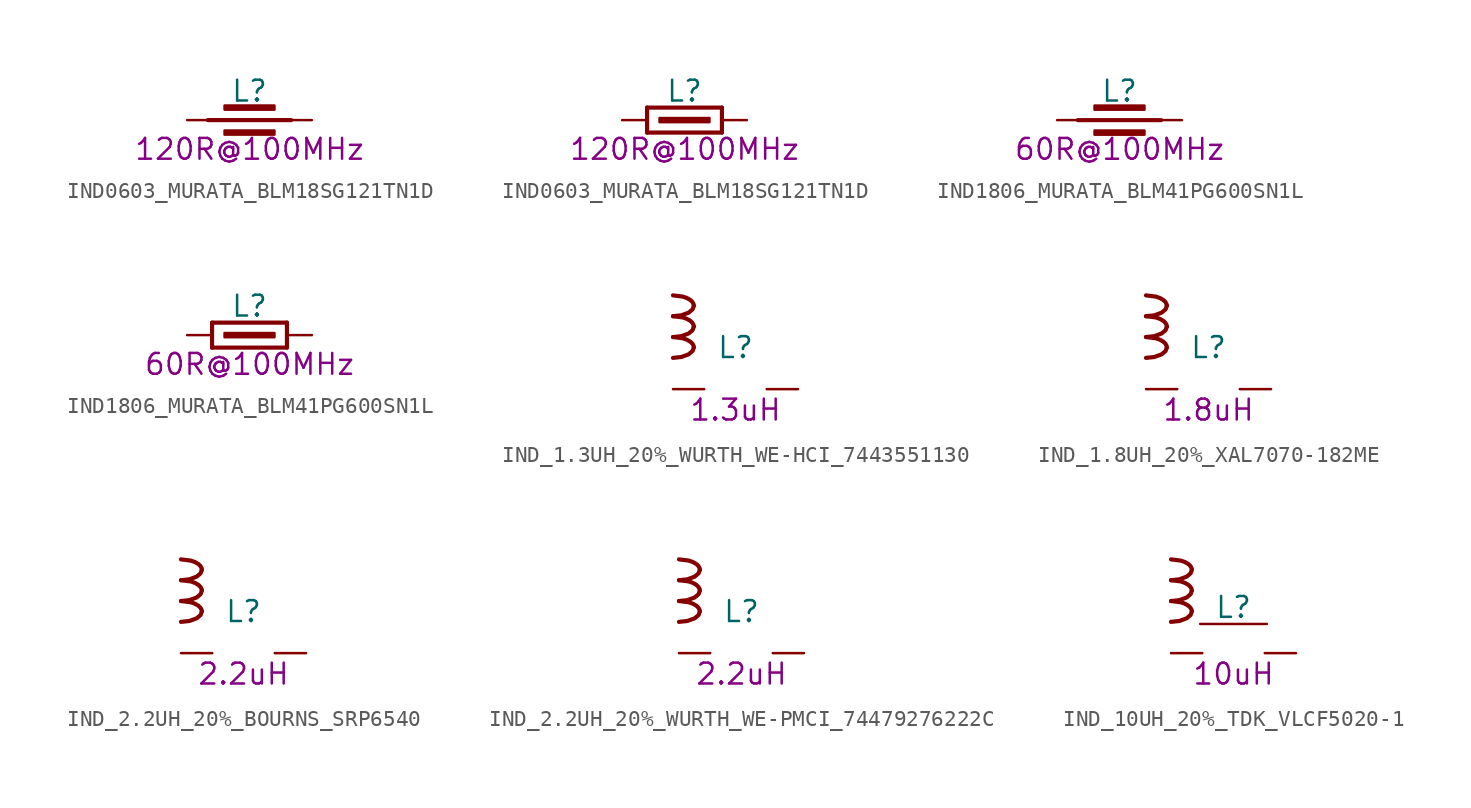
<source format=kicad_sym>
(kicad_symbol_lib
  (version 20211014)
  (generator kicad_symbol_editor)
  (symbol "IND0603_MURATA_BLM18SG121TN1D"
    (pin_names
      (offset 1.27))
    (property "Reference" "L"
      (at 3.81 1.778 0)
      (effects (font (size 1.27 1.27))))
    (property "Val" "120R@100MHz"
      (at 3.81 -1.778 0)
      (effects (font (size 1.27 1.27))))
    (property "ki_locked" ""
      (at 0 0 0)
      (effects (font (size 1.27 1.27))))
    (symbol "IND0603_MURATA_BLM18SG121TN1D_0_1"
      (polyline (pts (xy 1.27 0) (xy 6.35 0)) (stroke (width 0.254) (type default) (color 0 0 0 0)) (fill (type none)))
      (rectangle (start 2.286 -0.889) (end 5.334 -0.635) (stroke (width 0) (type default) (color 0 0 0 0)) (fill (type outline)))
      (rectangle (start 2.286 0.635) (end 5.334 0.889) (stroke (width 0) (type default) (color 0 0 0 0)) (fill (type outline)))
      (pin passive line (at 0 0 0) (length 1.27) (name "1" (effects (font (size 0 0)))) (number "1" (effects (font (size 0 0)))))
      (pin passive line (at 7.62 0 180) (length 1.27) (name "2" (effects (font (size 0 0)))) (number "2" (effects (font (size 0 0))))))
    (symbol "IND0603_MURATA_BLM18SG121TN1D_0_2"
      (polyline (pts (xy 1.524 -0.762) (xy 6.096 -0.762)) (stroke (width 0.254) (type default) (color 0 0 0 0)) (fill (type none)))
      (polyline (pts (xy 1.524 0.762) (xy 1.524 -0.762)) (stroke (width 0.254) (type default) (color 0 0 0 0)) (fill (type none)))
      (polyline (pts (xy 6.096 -0.762) (xy 6.096 0.762)) (stroke (width 0.254) (type default) (color 0 0 0 0)) (fill (type none)))
      (polyline (pts (xy 6.096 0.762) (xy 1.524 0.762)) (stroke (width 0.254) (type default) (color 0 0 0 0)) (fill (type none)))
      (rectangle (start 2.286 -0.127) (end 5.334 0.127) (stroke (width 0) (type default) (color 0 0 0 0)) (fill (type outline)))
      (pin passive line (at 0 0 0) (length 1.524) (name "1" (effects (font (size 0 0)))) (number "1" (effects (font (size 0 0)))))
      (pin passive line (at 7.62 0 180) (length 1.524) (name "2" (effects (font (size 0 0)))) (number "2" (effects (font (size 0 0)))))))
  (symbol "IND1806_MURATA_BLM41PG600SN1L"
    (pin_names
      (offset 1.27))
    (property "Reference" "L"
      (at 3.81 1.778 0)
      (effects (font (size 1.27 1.27))))
    (property "Val" "60R@100MHz"
      (at 3.81 -1.778 0)
      (effects (font (size 1.27 1.27))))
    (property "ki_locked" ""
      (at 0 0 0)
      (effects (font (size 1.27 1.27))))
    (symbol "IND1806_MURATA_BLM41PG600SN1L_0_1"
      (polyline (pts (xy 1.27 0) (xy 6.35 0)) (stroke (width 0.254) (type default) (color 0 0 0 0)) (fill (type none)))
      (rectangle (start 2.286 -0.889) (end 5.334 -0.635) (stroke (width 0) (type default) (color 0 0 0 0)) (fill (type outline)))
      (rectangle (start 2.286 0.635) (end 5.334 0.889) (stroke (width 0) (type default) (color 0 0 0 0)) (fill (type outline)))
      (pin passive line (at 0 0 0) (length 1.27) (name "1" (effects (font (size 0 0)))) (number "1" (effects (font (size 0 0)))))
      (pin passive line (at 7.62 0 180) (length 1.27) (name "2" (effects (font (size 0 0)))) (number "2" (effects (font (size 0 0))))))
    (symbol "IND1806_MURATA_BLM41PG600SN1L_0_2"
      (polyline (pts (xy 1.524 -0.762) (xy 6.096 -0.762)) (stroke (width 0.254) (type default) (color 0 0 0 0)) (fill (type none)))
      (polyline (pts (xy 1.524 0.762) (xy 1.524 -0.762)) (stroke (width 0.254) (type default) (color 0 0 0 0)) (fill (type none)))
      (polyline (pts (xy 6.096 -0.762) (xy 6.096 0.762)) (stroke (width 0.254) (type default) (color 0 0 0 0)) (fill (type none)))
      (polyline (pts (xy 6.096 0.762) (xy 1.524 0.762)) (stroke (width 0.254) (type default) (color 0 0 0 0)) (fill (type none)))
      (rectangle (start 2.286 -0.127) (end 5.334 0.127) (stroke (width 0) (type default) (color 0 0 0 0)) (fill (type outline)))
      (pin passive line (at 0 0 0) (length 1.524) (name "1" (effects (font (size 0 0)))) (number "1" (effects (font (size 0 0)))))
      (pin passive line (at 7.62 0 180) (length 1.524) (name "2" (effects (font (size 0 0)))) (number "2" (effects (font (size 0 0)))))))
  (symbol "IND_1.3UH_20%_WURTH_WE-HCI_7443551130"
    (pin_names
      (offset 1.27))
    (property "Reference" "L"
      (at 3.81 2.54 0)
      (effects (font (size 1.27 1.27))))
    (property "Val" "1.3uH"
      (at 3.81 -1.27 0)
      (effects (font (size 1.27 1.27))))
    (property "ki_locked" ""
      (at 0 0 0)
      (effects (font (size 1.27 1.27))))
    (symbol "IND_1.3UH_20%_WURTH_WE-HCI_7443551130_0_1"
      (bezier (pts (xy 0 3.175) (xy 0.686 3.175) (xy 1.27 2.896) (xy 1.27 2.54)) (stroke (width 0.254) (type default) (color 0 0 0 0)) (fill (type none)))
      (bezier (pts (xy 0 4.445) (xy 0.686 4.445) (xy 1.27 4.166) (xy 1.27 3.81)) (stroke (width 0.254) (type default) (color 0 0 0 0)) (fill (type none)))
      (bezier (pts (xy 0 5.715) (xy 0.686 5.715) (xy 1.27 5.436) (xy 1.27 5.08)) (stroke (width 0.254) (type default) (color 0 0 0 0)) (fill (type none)))
      (bezier (pts (xy 1.27 2.54) (xy 1.27 2.184) (xy 0.686 1.905) (xy 0 1.905)) (stroke (width 0.254) (type default) (color 0 0 0 0)) (fill (type none)))
      (bezier (pts (xy 1.27 3.81) (xy 1.27 3.454) (xy 0.686 3.175) (xy 0 3.175)) (stroke (width 0.254) (type default) (color 0 0 0 0)) (fill (type none)))
      (bezier (pts (xy 1.27 5.08) (xy 1.27 4.724) (xy 0.686 4.445) (xy 0 4.445)) (stroke (width 0.254) (type default) (color 0 0 0 0)) (fill (type none)))
      (pin passive line (at 0 0 0) (length 1.905) (name "1" (effects (font (size 0 0)))) (number "1" (effects (font (size 0 0)))))
      (pin passive line (at 7.62 0 180) (length 1.905) (name "2" (effects (font (size 0 0)))) (number "2" (effects (font (size 0 0)))))))
  (symbol "IND_1.8UH_20%_XAL7070-182ME"
    (pin_names
      (offset 1.27))
    (property "Reference" "L"
      (at 3.81 2.54 0)
      (effects (font (size 1.27 1.27))))
    (property "Val" "1.8uH"
      (at 3.81 -1.27 0)
      (effects (font (size 1.27 1.27))))
    (symbol "IND_1.8UH_20%_XAL7070-182ME_0_1"
      (bezier (pts (xy 0 3.175) (xy 0.686 3.175) (xy 1.27 2.896) (xy 1.27 2.54)) (stroke (width 0.254) (type default) (color 0 0 0 0)) (fill (type none)))
      (bezier (pts (xy 0 4.445) (xy 0.686 4.445) (xy 1.27 4.166) (xy 1.27 3.81)) (stroke (width 0.254) (type default) (color 0 0 0 0)) (fill (type none)))
      (bezier (pts (xy 0 5.715) (xy 0.686 5.715) (xy 1.27 5.436) (xy 1.27 5.08)) (stroke (width 0.254) (type default) (color 0 0 0 0)) (fill (type none)))
      (bezier (pts (xy 1.27 2.54) (xy 1.27 2.184) (xy 0.686 1.905) (xy 0 1.905)) (stroke (width 0.254) (type default) (color 0 0 0 0)) (fill (type none)))
      (bezier (pts (xy 1.27 3.81) (xy 1.27 3.454) (xy 0.686 3.175) (xy 0 3.175)) (stroke (width 0.254) (type default) (color 0 0 0 0)) (fill (type none)))
      (bezier (pts (xy 1.27 5.08) (xy 1.27 4.724) (xy 0.686 4.445) (xy 0 4.445)) (stroke (width 0.254) (type default) (color 0 0 0 0)) (fill (type none)))
      (pin passive line (at 0 0 0) (length 1.905) (name "1" (effects (font (size 0 0)))) (number "1" (effects (font (size 0 0)))))
      (pin passive line (at 7.62 0 180) (length 1.905) (name "2" (effects (font (size 0 0)))) (number "2" (effects (font (size 0 0)))))))
  (symbol "IND_2.2UH_20%_BOURNS_SRP6540"
    (pin_names
      (offset 1.27))
    (property "Reference" "L"
      (at 3.81 2.54 0)
      (effects (font (size 1.27 1.27))))
    (property "Val" "2.2uH"
      (at 3.81 -1.27 0)
      (effects (font (size 1.27 1.27))))
    (property "ki_locked" ""
      (at 0 0 0)
      (effects (font (size 1.27 1.27))))
    (symbol "IND_2.2UH_20%_BOURNS_SRP6540_0_1"
      (bezier (pts (xy 0 3.175) (xy 0.686 3.175) (xy 1.27 2.896) (xy 1.27 2.54)) (stroke (width 0.254) (type default) (color 0 0 0 0)) (fill (type none)))
      (bezier (pts (xy 0 4.445) (xy 0.686 4.445) (xy 1.27 4.166) (xy 1.27 3.81)) (stroke (width 0.254) (type default) (color 0 0 0 0)) (fill (type none)))
      (bezier (pts (xy 0 5.715) (xy 0.686 5.715) (xy 1.27 5.436) (xy 1.27 5.08)) (stroke (width 0.254) (type default) (color 0 0 0 0)) (fill (type none)))
      (bezier (pts (xy 1.27 2.54) (xy 1.27 2.184) (xy 0.686 1.905) (xy 0 1.905)) (stroke (width 0.254) (type default) (color 0 0 0 0)) (fill (type none)))
      (bezier (pts (xy 1.27 3.81) (xy 1.27 3.454) (xy 0.686 3.175) (xy 0 3.175)) (stroke (width 0.254) (type default) (color 0 0 0 0)) (fill (type none)))
      (bezier (pts (xy 1.27 5.08) (xy 1.27 4.724) (xy 0.686 4.445) (xy 0 4.445)) (stroke (width 0.254) (type default) (color 0 0 0 0)) (fill (type none)))
      (pin passive line (at 0 0 0) (length 1.905) (name "1" (effects (font (size 0 0)))) (number "1" (effects (font (size 0 0)))))
      (pin passive line (at 7.62 0 180) (length 1.905) (name "2" (effects (font (size 0 0)))) (number "2" (effects (font (size 0 0)))))))
  (symbol "IND_2.2UH_20%_WURTH_WE-PMCI_74479276222C"
    (pin_names
      (offset 1.27))
    (property "Reference" "L"
      (at 3.81 2.54 0)
      (effects (font (size 1.27 1.27))))
    (property "Val" "2.2uH"
      (at 3.81 -1.27 0)
      (effects (font (size 1.27 1.27))))
    (property "ki_locked" ""
      (at 0 0 0)
      (effects (font (size 1.27 1.27))))
    (symbol "IND_2.2UH_20%_WURTH_WE-PMCI_74479276222C_0_1"
      (bezier (pts (xy 0 3.175) (xy 0.686 3.175) (xy 1.27 2.896) (xy 1.27 2.54)) (stroke (width 0.254) (type default) (color 0 0 0 0)) (fill (type none)))
      (bezier (pts (xy 0 4.445) (xy 0.686 4.445) (xy 1.27 4.166) (xy 1.27 3.81)) (stroke (width 0.254) (type default) (color 0 0 0 0)) (fill (type none)))
      (bezier (pts (xy 0 5.715) (xy 0.686 5.715) (xy 1.27 5.436) (xy 1.27 5.08)) (stroke (width 0.254) (type default) (color 0 0 0 0)) (fill (type none)))
      (bezier (pts (xy 1.27 2.54) (xy 1.27 2.184) (xy 0.686 1.905) (xy 0 1.905)) (stroke (width 0.254) (type default) (color 0 0 0 0)) (fill (type none)))
      (bezier (pts (xy 1.27 3.81) (xy 1.27 3.454) (xy 0.686 3.175) (xy 0 3.175)) (stroke (width 0.254) (type default) (color 0 0 0 0)) (fill (type none)))
      (bezier (pts (xy 1.27 5.08) (xy 1.27 4.724) (xy 0.686 4.445) (xy 0 4.445)) (stroke (width 0.254) (type default) (color 0 0 0 0)) (fill (type none)))
      (pin passive line (at 0 0 0) (length 1.905) (name "1" (effects (font (size 0 0)))) (number "1" (effects (font (size 0 0)))))
      (pin passive line (at 7.62 0 180) (length 1.905) (name "2" (effects (font (size 0 0)))) (number "2" (effects (font (size 0 0)))))))
  (symbol "IND_10UH_20%_TDK_VLCF5020-1"
    (pin_names
      (offset 1.27))
    (property "Reference" "L"
      (at 3.81 2.794 0)
      (effects (font (size 1.27 1.27))))
    (property "Val" "10uH"
      (at 3.81 -1.27 0)
      (effects (font (size 1.27 1.27))))
    (property "ki_locked" ""
      (at 0 0 0)
      (effects (font (size 1.27 1.27))))
    (symbol "IND_10UH_20%_TDK_VLCF5020-1_0_1"
      (polyline (pts (xy 1.778 1.778) (xy 5.842 1.778)) (stroke (width 0) (type default) (color 0 0 0 0)) (fill (type none)))
      (bezier (pts (xy 0 3.175) (xy 0.686 3.175) (xy 1.27 2.896) (xy 1.27 2.54)) (stroke (width 0.254) (type default) (color 0 0 0 0)) (fill (type none)))
      (bezier (pts (xy 0 4.445) (xy 0.686 4.445) (xy 1.27 4.166) (xy 1.27 3.81)) (stroke (width 0.254) (type default) (color 0 0 0 0)) (fill (type none)))
      (bezier (pts (xy 0 5.715) (xy 0.686 5.715) (xy 1.27 5.436) (xy 1.27 5.08)) (stroke (width 0.254) (type default) (color 0 0 0 0)) (fill (type none)))
      (bezier (pts (xy 1.27 2.54) (xy 1.27 2.184) (xy 0.686 1.905) (xy 0 1.905)) (stroke (width 0.254) (type default) (color 0 0 0 0)) (fill (type none)))
      (bezier (pts (xy 1.27 3.81) (xy 1.27 3.454) (xy 0.686 3.175) (xy 0 3.175)) (stroke (width 0.254) (type default) (color 0 0 0 0)) (fill (type none)))
      (bezier (pts (xy 1.27 5.08) (xy 1.27 4.724) (xy 0.686 4.445) (xy 0 4.445)) (stroke (width 0.254) (type default) (color 0 0 0 0)) (fill (type none)))
      (pin passive line (at 0 0 0) (length 1.905) (name "1" (effects (font (size 0 0)))) (number "1" (effects (font (size 0 0)))))
      (pin passive line (at 7.62 0 180) (length 1.905) (name "2" (effects (font (size 0 0)))) (number "2" (effects (font (size 0 0))))))))
</source>
